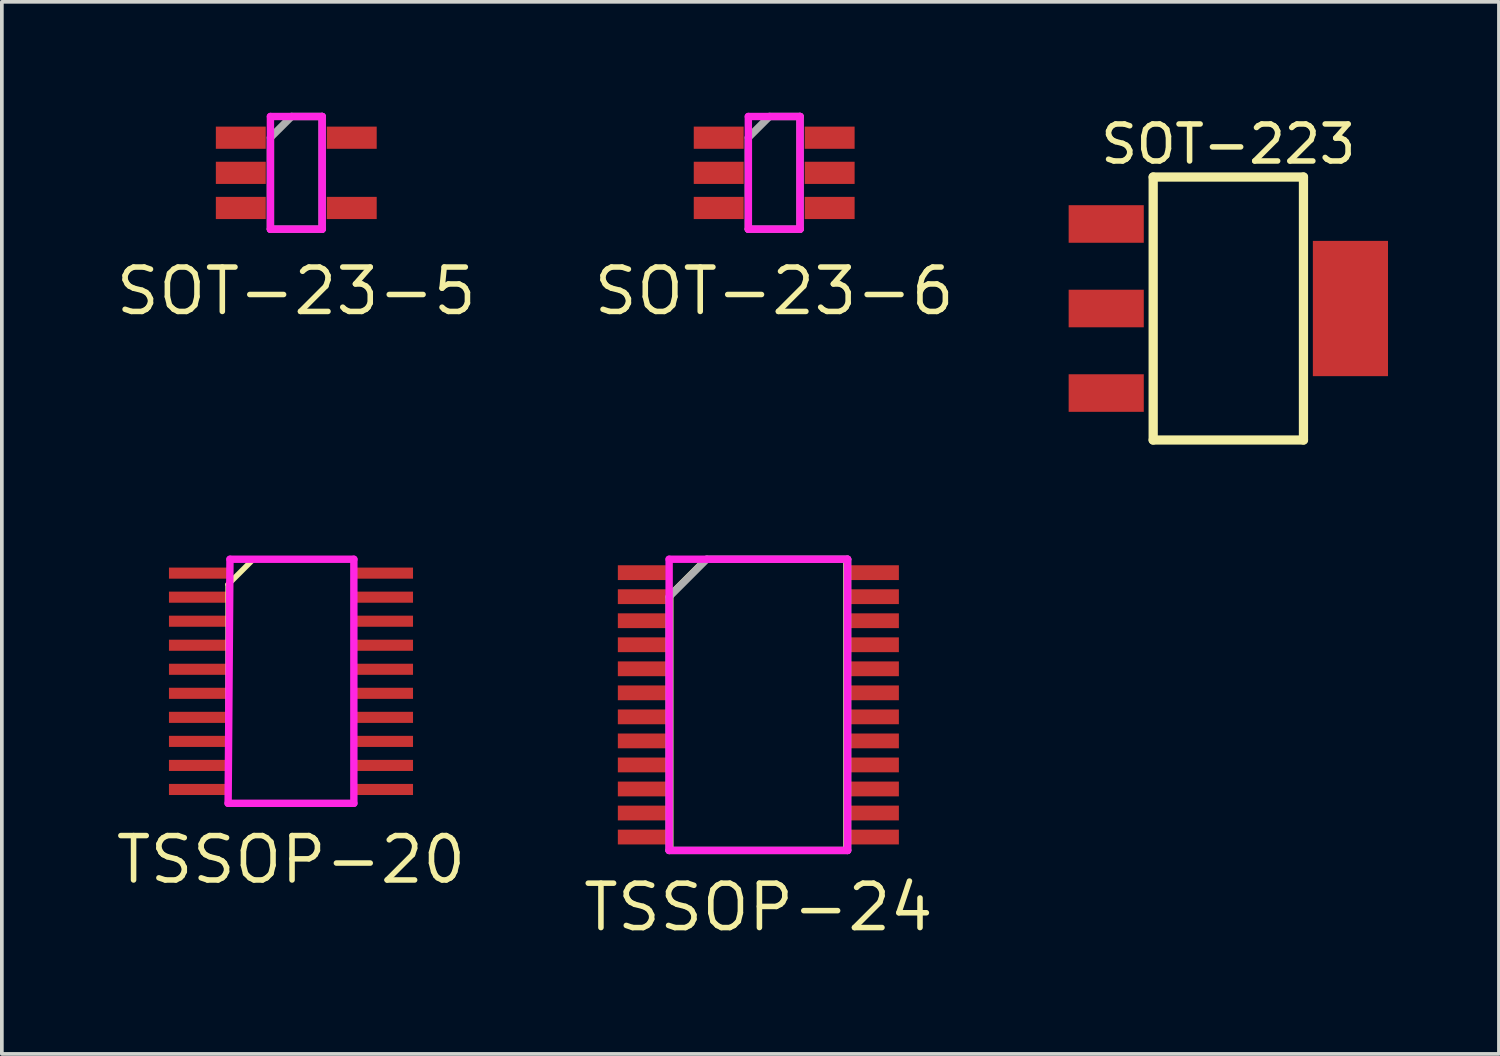
<source format=kicad_pcb>
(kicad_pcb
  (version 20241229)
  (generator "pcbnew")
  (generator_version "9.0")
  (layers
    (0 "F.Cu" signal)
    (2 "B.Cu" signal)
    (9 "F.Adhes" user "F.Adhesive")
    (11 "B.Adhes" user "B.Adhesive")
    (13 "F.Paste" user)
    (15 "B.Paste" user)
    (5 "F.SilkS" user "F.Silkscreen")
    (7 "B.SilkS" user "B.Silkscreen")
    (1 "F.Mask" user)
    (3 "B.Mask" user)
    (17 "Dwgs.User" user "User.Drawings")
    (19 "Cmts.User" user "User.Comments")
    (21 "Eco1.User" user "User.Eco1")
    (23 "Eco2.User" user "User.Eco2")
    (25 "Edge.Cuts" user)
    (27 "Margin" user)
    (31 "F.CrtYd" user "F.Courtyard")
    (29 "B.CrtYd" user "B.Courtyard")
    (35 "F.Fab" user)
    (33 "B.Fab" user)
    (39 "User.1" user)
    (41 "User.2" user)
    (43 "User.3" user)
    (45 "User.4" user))
  (footprint "SOT-23-5"
    (layer "F.Cu")
    (at 4.962 1.624)
    (property "Reference" "SOT-23-5" (at 0 3.2 0) (layer "F.SilkS") (effects (font (size 1.2 1.2) (thickness 0.15))))
    (attr smd)
    (fp_line (start -0.69 -0.973) (end -0.69 1.525) (stroke (width 0.15) (type solid)) (layer "F.SilkS"))
    (fp_line (start -0.69 1.525) (end 0.69 1.525) (stroke (width 0.15) (type solid)) (layer "F.SilkS"))
    (fp_line (start -0.138 -1.525) (end -0.69 -0.973) (stroke (width 0.15) (type solid)) (layer "F.SilkS"))
    (fp_line (start 0.69 -1.525) (end -0.138 -1.525) (stroke (width 0.15) (type solid)) (layer "F.SilkS"))
    (fp_line (start 0.69 1.525) (end 0.69 -1.525) (stroke (width 0.15) (type solid)) (layer "F.SilkS"))
    (fp_line (start -0.699 -1.524) (end 0.699 -1.524) (stroke (width 0.2) (type solid)) (layer "F.CrtYd"))
    (fp_line (start -0.699 1.524) (end -0.699 -1.524) (stroke (width 0.2) (type solid)) (layer "F.CrtYd"))
    (fp_line (start 0.699 -1.524) (end 0.699 1.524) (stroke (width 0.2) (type solid)) (layer "F.CrtYd"))
    (fp_line (start 0.699 1.524) (end -0.699 1.524) (stroke (width 0.2) (type solid)) (layer "F.CrtYd"))
    (fp_line (start -0.699 -0.953) (end -0.699 1.524) (stroke (width 0.2) (type solid)) (layer "F.Fab"))
    (fp_line (start -0.699 1.524) (end 0.699 1.524) (stroke (width 0.2) (type solid)) (layer "F.Fab"))
    (fp_line (start -0.127 -1.524) (end -0.699 -0.953) (stroke (width 0.2) (type solid)) (layer "F.Fab"))
    (fp_line (start 0.699 -1.524) (end -0.127 -1.524) (stroke (width 0.2) (type solid)) (layer "F.Fab"))
    (fp_line (start 0.699 1.524) (end 0.699 -1.524) (stroke (width 0.2) (type solid)) (layer "F.Fab"))
    (pad "1" smd rect (at -1.35 -0.95) (size 1.35 0.6) (drill (offset -0.15 0)) (layers "F.Cu" "F.Mask" "F.Paste"))
    (pad "2" smd rect (at -1.35 0) (size 1.35 0.6) (drill (offset -0.15 0)) (layers "F.Cu" "F.Mask" "F.Paste"))
    (pad "3" smd rect (at -1.35 0.95) (size 1.35 0.6) (drill (offset -0.15 0)) (layers "F.Cu" "F.Mask" "F.Paste"))
    (pad "4" smd rect (at 1.35 0.95) (size 1.35 0.6) (drill (offset 0.15 0)) (layers "F.Cu" "F.Mask" "F.Paste"))
    (pad "5" smd rect (at 1.35 -0.95) (size 1.35 0.6) (drill (offset 0.15 0)) (layers "F.Cu" "F.Mask" "F.Paste")))
  (footprint "TSSOP-24"
    (layer "F.Cu")
    (at 17.458 16.011)
    (property "Reference" "TSSOP-24" (at 0 5.475 0) (layer "F.SilkS") (effects (font (size 1.2 1.2) (thickness 0.15))))
    (attr through_hole)
    (fp_line (start -2.37 -3.002) (end -2.37 3.95) (stroke (width 0.15) (type solid)) (layer "F.SilkS"))
    (fp_line (start -2.37 3.95) (end 2.37 3.95) (stroke (width 0.15) (type solid)) (layer "F.SilkS"))
    (fp_line (start -1.422 -3.95) (end -2.37 -3.002) (stroke (width 0.15) (type solid)) (layer "F.SilkS"))
    (fp_line (start 2.37 -3.95) (end -1.422 -3.95) (stroke (width 0.15) (type solid)) (layer "F.SilkS"))
    (fp_line (start 2.37 3.95) (end 2.37 -3.95) (stroke (width 0.15) (type solid)) (layer "F.SilkS"))
    (fp_line (start -2.413 -3.937) (end 2.413 -3.937) (stroke (width 0.2) (type solid)) (layer "F.CrtYd"))
    (fp_line (start -2.413 3.937) (end -2.413 -3.937) (stroke (width 0.2) (type solid)) (layer "F.CrtYd"))
    (fp_line (start 2.413 -3.937) (end 2.413 3.937) (stroke (width 0.2) (type solid)) (layer "F.CrtYd"))
    (fp_line (start 2.413 3.937) (end -2.413 3.937) (stroke (width 0.2) (type solid)) (layer "F.CrtYd"))
    (fp_line (start -2.413 -2.921) (end -2.413 3.937) (stroke (width 0.2) (type solid)) (layer "F.Fab"))
    (fp_line (start -2.413 3.937) (end 2.413 3.937) (stroke (width 0.2) (type solid)) (layer "F.Fab"))
    (fp_line (start -1.397 -3.937) (end -2.413 -2.921) (stroke (width 0.2) (type solid)) (layer "F.Fab"))
    (fp_line (start 2.413 -3.937) (end -1.397 -3.937) (stroke (width 0.2) (type solid)) (layer "F.Fab"))
    (fp_line (start 2.413 3.937) (end 2.413 -3.937) (stroke (width 0.2) (type solid)) (layer "F.Fab"))
    (pad "1" smd rect (at -2.9 -3.575) (size 1.3 0.4) (drill (offset -0.25 0)) (layers "F.Cu" "F.Mask" "F.Paste"))
    (pad "2" smd rect (at -2.9 -2.925) (size 1.3 0.4) (drill (offset -0.25 0)) (layers "F.Cu" "F.Mask" "F.Paste"))
    (pad "3" smd rect (at -2.9 -2.275) (size 1.3 0.4) (drill (offset -0.25 0)) (layers "F.Cu" "F.Mask" "F.Paste"))
    (pad "4" smd rect (at -2.9 -1.625) (size 1.3 0.4) (drill (offset -0.25 0)) (layers "F.Cu" "F.Mask" "F.Paste"))
    (pad "5" smd rect (at -2.9 -0.975) (size 1.3 0.4) (drill (offset -0.25 0)) (layers "F.Cu" "F.Mask" "F.Paste"))
    (pad "6" smd rect (at -2.9 -0.325) (size 1.3 0.4) (drill (offset -0.25 0)) (layers "F.Cu" "F.Mask" "F.Paste"))
    (pad "7" smd rect (at -2.9 0.325) (size 1.3 0.4) (drill (offset -0.25 0)) (layers "F.Cu" "F.Mask" "F.Paste"))
    (pad "8" smd rect (at -2.9 0.975) (size 1.3 0.4) (drill (offset -0.25 0)) (layers "F.Cu" "F.Mask" "F.Paste"))
    (pad "9" smd rect (at -2.9 1.625) (size 1.3 0.4) (drill (offset -0.25 0)) (layers "F.Cu" "F.Mask" "F.Paste"))
    (pad "10" smd rect (at -2.9 2.275) (size 1.3 0.4) (drill (offset -0.25 0)) (layers "F.Cu" "F.Mask" "F.Paste"))
    (pad "11" smd rect (at -2.9 2.925) (size 1.3 0.4) (drill (offset -0.25 0)) (layers "F.Cu" "F.Mask" "F.Paste"))
    (pad "12" smd rect (at -2.9 3.575) (size 1.3 0.4) (drill (offset -0.25 0)) (layers "F.Cu" "F.Mask" "F.Paste"))
    (pad "13" smd rect (at 2.9 3.575) (size 1.3 0.4) (drill (offset 0.25 0)) (layers "F.Cu" "F.Mask" "F.Paste"))
    (pad "14" smd rect (at 2.9 2.925) (size 1.3 0.4) (drill (offset 0.25 0)) (layers "F.Cu" "F.Mask" "F.Paste"))
    (pad "15" smd rect (at 2.9 2.275) (size 1.3 0.4) (drill (offset 0.25 0)) (layers "F.Cu" "F.Mask" "F.Paste"))
    (pad "16" smd rect (at 2.9 1.625) (size 1.3 0.4) (drill (offset 0.25 0)) (layers "F.Cu" "F.Mask" "F.Paste"))
    (pad "17" smd rect (at 2.9 0.975) (size 1.3 0.4) (drill (offset 0.25 0)) (layers "F.Cu" "F.Mask" "F.Paste"))
    (pad "18" smd rect (at 2.9 0.325) (size 1.3 0.4) (drill (offset 0.25 0)) (layers "F.Cu" "F.Mask" "F.Paste"))
    (pad "19" smd rect (at 2.9 -0.325) (size 1.3 0.4) (drill (offset 0.25 0)) (layers "F.Cu" "F.Mask" "F.Paste"))
    (pad "20" smd rect (at 2.9 -0.975) (size 1.3 0.4) (drill (offset 0.25 0)) (layers "F.Cu" "F.Mask" "F.Paste"))
    (pad "21" smd rect (at 2.9 -1.625) (size 1.3 0.4) (drill (offset 0.25 0)) (layers "F.Cu" "F.Mask" "F.Paste"))
    (pad "22" smd rect (at 2.9 -2.275) (size 1.3 0.4) (drill (offset 0.25 0)) (layers "F.Cu" "F.Mask" "F.Paste"))
    (pad "23" smd rect (at 2.9 -2.925) (size 1.3 0.4) (drill (offset 0.25 0)) (layers "F.Cu" "F.Mask" "F.Paste"))
    (pad "24" smd rect (at 2.9 -3.575) (size 1.3 0.4) (drill (offset 0.25 0)) (layers "F.Cu" "F.Mask" "F.Paste")))
  (footprint "SOT-223"
    (layer "F.Cu")
    (at 30.167 5.293)
    (property "Reference" "SOT-223" (at 0 -4.445 0) (layer "F.SilkS") (effects (font (size 1 1) (thickness 0.15))))
    (attr smd)
    (fp_line (start -2.032 3.556) (end -2.032 -3.556) (stroke (width 0.25) (type solid)) (layer "F.SilkS"))
    (fp_line (start 2.032 -3.556) (end -2.032 -3.556) (stroke (width 0.25) (type solid)) (layer "F.SilkS"))
    (fp_line (start 2.032 -3.556) (end 2.032 3.556) (stroke (width 0.25) (type solid)) (layer "F.SilkS"))
    (fp_line (start 2.032 3.556) (end -2.032 3.556) (stroke (width 0.25) (type solid)) (layer "F.SilkS"))
    (pad "1" smd rect (at -3.302 -2.286 270) (size 1.016 2.032) (layers "F.Cu" "F.Mask" "F.Paste"))
    (pad "2" smd rect (at -3.302 0 270) (size 1.016 2.032) (layers "F.Cu" "F.Mask" "F.Paste"))
    (pad "3" smd rect (at -3.302 2.286 270) (size 1.016 2.032) (layers "F.Cu" "F.Mask" "F.Paste"))
    (pad "4" smd rect (at 3.302 0 270) (size 3.658 2.032) (layers "F.Cu" "F.Mask" "F.Paste")))
  (footprint "TSSOP-20"
    (layer "F.Cu")
    (at 4.819 15.374)
    (property "Reference" "TSSOP-20" (at 0 4.825 0) (layer "F.SilkS") (effects (font (size 1.2 1.2) (thickness 0.15))))
    (attr through_hole)
    (fp_line (start -1.7 -2.62) (end -1.7 3.3) (stroke (width 0.15) (type solid)) (layer "F.SilkS"))
    (fp_line (start -1.7 3.3) (end 1.7 3.3) (stroke (width 0.15) (type solid)) (layer "F.SilkS"))
    (fp_line (start -1.02 -3.3) (end -1.7 -2.62) (stroke (width 0.15) (type solid)) (layer "F.SilkS"))
    (fp_line (start 1.7 -3.3) (end -1.02 -3.3) (stroke (width 0.15) (type solid)) (layer "F.SilkS"))
    (fp_line (start 1.7 3.3) (end 1.7 -3.3) (stroke (width 0.15) (type solid)) (layer "F.SilkS"))
    (fp_line (start -1.7 3.3) (end -1.65 -3.3) (stroke (width 0.2) (type solid)) (layer "F.CrtYd"))
    (fp_line (start -1.65 -3.3) (end 1.7 -3.3) (stroke (width 0.2) (type solid)) (layer "F.CrtYd"))
    (fp_line (start 1.7 -3.3) (end 1.7 3.3) (stroke (width 0.2) (type solid)) (layer "F.CrtYd"))
    (fp_line (start 1.7 3.3) (end -1.7 3.3) (stroke (width 0.2) (type solid)) (layer "F.CrtYd"))
    (pad "1" smd rect (at -2.5 -2.925) (size 1.6 0.3) (layers "F.Cu" "F.Mask" "F.Paste"))
    (pad "2" smd rect (at -2.5 -2.275) (size 1.6 0.3) (layers "F.Cu" "F.Mask" "F.Paste"))
    (pad "3" smd rect (at -2.5 -1.625) (size 1.6 0.3) (layers "F.Cu" "F.Mask" "F.Paste"))
    (pad "4" smd rect (at -2.5 -0.975) (size 1.6 0.3) (layers "F.Cu" "F.Mask" "F.Paste"))
    (pad "5" smd rect (at -2.5 -0.325) (size 1.6 0.3) (layers "F.Cu" "F.Mask" "F.Paste"))
    (pad "6" smd rect (at -2.5 0.325) (size 1.6 0.3) (layers "F.Cu" "F.Mask" "F.Paste"))
    (pad "7" smd rect (at -2.5 0.975) (size 1.6 0.3) (layers "F.Cu" "F.Mask" "F.Paste"))
    (pad "8" smd rect (at -2.5 1.625) (size 1.6 0.3) (layers "F.Cu" "F.Mask" "F.Paste"))
    (pad "9" smd rect (at -2.5 2.275) (size 1.6 0.3) (layers "F.Cu" "F.Mask" "F.Paste"))
    (pad "10" smd rect (at -2.5 2.925) (size 1.6 0.3) (layers "F.Cu" "F.Mask" "F.Paste"))
    (pad "11" smd rect (at 2.5 2.925) (size 1.6 0.3) (layers "F.Cu" "F.Mask" "F.Paste"))
    (pad "12" smd rect (at 2.5 2.275) (size 1.6 0.3) (layers "F.Cu" "F.Mask" "F.Paste"))
    (pad "13" smd rect (at 2.5 1.625) (size 1.6 0.3) (layers "F.Cu" "F.Mask" "F.Paste"))
    (pad "14" smd rect (at 2.5 0.975) (size 1.6 0.3) (layers "F.Cu" "F.Mask" "F.Paste"))
    (pad "15" smd rect (at 2.5 0.325) (size 1.6 0.3) (layers "F.Cu" "F.Mask" "F.Paste"))
    (pad "16" smd rect (at 2.5 -0.325) (size 1.6 0.3) (layers "F.Cu" "F.Mask" "F.Paste"))
    (pad "17" smd rect (at 2.5 -0.975) (size 1.6 0.3) (layers "F.Cu" "F.Mask" "F.Paste"))
    (pad "18" smd rect (at 2.5 -1.625) (size 1.6 0.3) (layers "F.Cu" "F.Mask" "F.Paste"))
    (pad "19" smd rect (at 2.5 -2.275) (size 1.6 0.3) (layers "F.Cu" "F.Mask" "F.Paste"))
    (pad "20" smd rect (at 2.5 -2.925) (size 1.6 0.3) (layers "F.Cu" "F.Mask" "F.Paste")))
  (footprint "SOT-23-6"
    (layer "F.Cu")
    (at 17.886 1.624)
    (property "Reference" "SOT-23-6" (at 0 3.2 0) (layer "F.SilkS") (effects (font (size 1.2 1.2) (thickness 0.15))))
    (attr smd)
    (fp_line (start -0.69 -0.973) (end -0.69 1.525) (stroke (width 0.15) (type solid)) (layer "F.SilkS"))
    (fp_line (start -0.69 1.525) (end 0.69 1.525) (stroke (width 0.15) (type solid)) (layer "F.SilkS"))
    (fp_line (start -0.138 -1.525) (end -0.69 -0.973) (stroke (width 0.15) (type solid)) (layer "F.SilkS"))
    (fp_line (start 0.69 -1.525) (end -0.138 -1.525) (stroke (width 0.15) (type solid)) (layer "F.SilkS"))
    (fp_line (start 0.69 1.525) (end 0.69 -1.525) (stroke (width 0.15) (type solid)) (layer "F.SilkS"))
    (fp_line (start -0.699 -1.524) (end 0.699 -1.524) (stroke (width 0.2) (type solid)) (layer "F.CrtYd"))
    (fp_line (start -0.699 1.524) (end -0.699 -1.524) (stroke (width 0.2) (type solid)) (layer "F.CrtYd"))
    (fp_line (start 0.699 -1.524) (end 0.699 1.524) (stroke (width 0.2) (type solid)) (layer "F.CrtYd"))
    (fp_line (start 0.699 1.524) (end -0.699 1.524) (stroke (width 0.2) (type solid)) (layer "F.CrtYd"))
    (fp_line (start -0.699 -0.953) (end -0.699 1.524) (stroke (width 0.2) (type solid)) (layer "F.Fab"))
    (fp_line (start -0.699 1.524) (end 0.699 1.524) (stroke (width 0.2) (type solid)) (layer "F.Fab"))
    (fp_line (start -0.127 -1.524) (end -0.699 -0.953) (stroke (width 0.2) (type solid)) (layer "F.Fab"))
    (fp_line (start 0.699 -1.524) (end -0.127 -1.524) (stroke (width 0.2) (type solid)) (layer "F.Fab"))
    (fp_line (start 0.699 1.524) (end 0.699 -1.524) (stroke (width 0.2) (type solid)) (layer "F.Fab"))
    (pad "1" smd rect (at -1.35 -0.95) (size 1.35 0.6) (drill (offset -0.15 0)) (layers "F.Cu" "F.Mask" "F.Paste"))
    (pad "2" smd rect (at -1.35 0) (size 1.35 0.6) (drill (offset -0.15 0)) (layers "F.Cu" "F.Mask" "F.Paste"))
    (pad "3" smd rect (at -1.35 0.95) (size 1.35 0.6) (drill (offset -0.15 0)) (layers "F.Cu" "F.Mask" "F.Paste"))
    (pad "4" smd rect (at 1.35 0.95) (size 1.35 0.6) (drill (offset 0.15 0)) (layers "F.Cu" "F.Mask" "F.Paste"))
    (pad "5" smd rect (at 1.35 0) (size 1.35 0.6) (drill (offset 0.15 0)) (layers "F.Cu" "F.Mask" "F.Paste"))
    (pad "6" smd rect (at 1.35 -0.95) (size 1.35 0.6) (drill (offset 0.15 0)) (layers "F.Cu" "F.Mask" "F.Paste")))
  (gr_rect
    (start -3 -3)
    (end 37.485 25.451)
    (stroke (width 0.1) (type default))
    (fill no)
    (layer "Edge.Cuts")))
</source>
